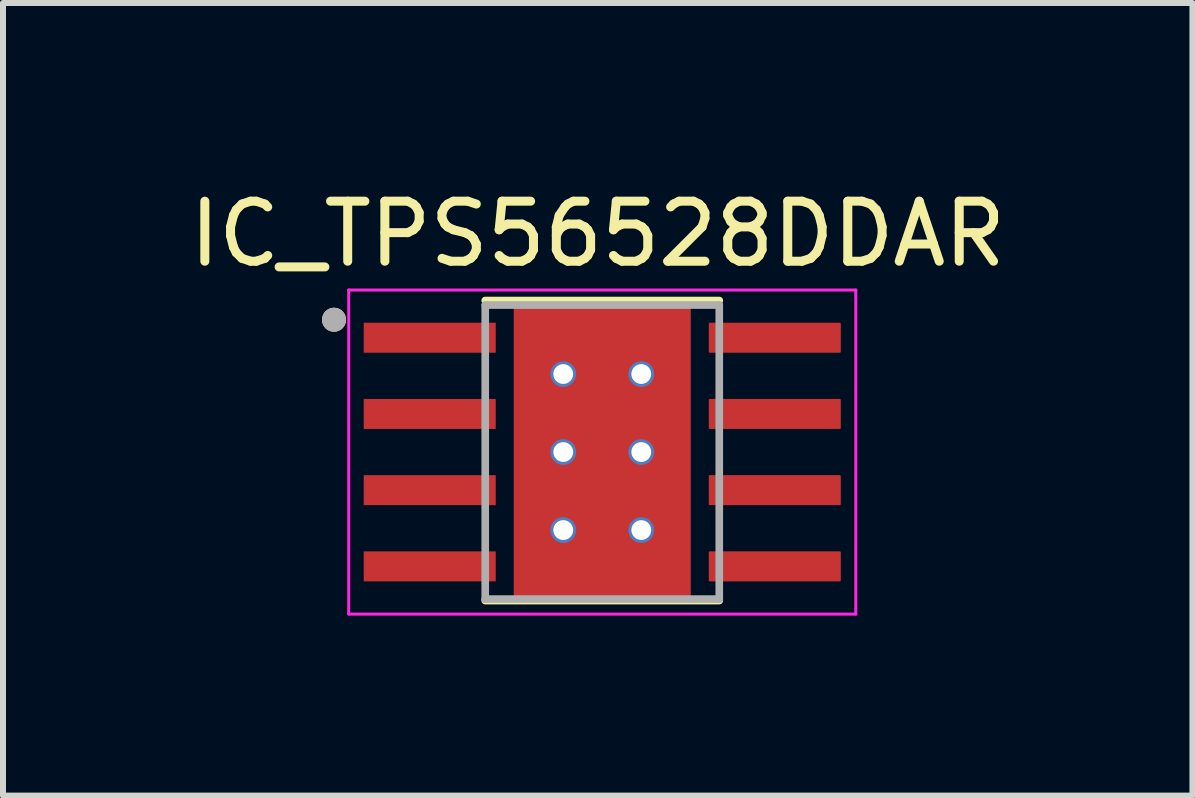
<source format=kicad_pcb>
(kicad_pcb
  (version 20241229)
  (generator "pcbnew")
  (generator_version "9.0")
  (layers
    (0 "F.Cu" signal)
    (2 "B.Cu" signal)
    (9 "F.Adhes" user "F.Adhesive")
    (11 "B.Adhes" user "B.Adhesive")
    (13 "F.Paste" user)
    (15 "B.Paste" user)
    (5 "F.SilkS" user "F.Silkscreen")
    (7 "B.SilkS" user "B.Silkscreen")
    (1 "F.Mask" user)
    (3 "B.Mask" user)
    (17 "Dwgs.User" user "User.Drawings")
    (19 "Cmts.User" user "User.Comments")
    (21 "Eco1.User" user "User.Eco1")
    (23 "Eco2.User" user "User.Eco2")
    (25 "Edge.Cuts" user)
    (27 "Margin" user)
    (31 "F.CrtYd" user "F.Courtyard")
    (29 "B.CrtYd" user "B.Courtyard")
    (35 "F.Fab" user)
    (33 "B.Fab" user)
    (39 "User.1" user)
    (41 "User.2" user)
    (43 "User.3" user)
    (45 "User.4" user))
  (footprint "IC_TPS56528DDAR"
    (layer "F.Cu")
    (at 6.986 4.483)
    (property "Reference" "IC_TPS56528DDAR" (at -0.075 -3.635 0) (layer "F.SilkS") (effects (font (size 1 1) (thickness 0.15))))
    (attr smd)
    (fp_poly (pts (xy -4.045 -2.225) (xy -1.705 -2.225) (xy -1.705 -1.585) (xy -4.045 -1.585)) (stroke (width 0.01) (type solid)) (fill yes) (layer "F.Mask"))
    (fp_poly (pts (xy -4.045 -0.955) (xy -1.705 -0.955) (xy -1.705 -0.315) (xy -4.045 -0.315)) (stroke (width 0.01) (type solid)) (fill yes) (layer "F.Mask"))
    (fp_poly (pts (xy -4.045 0.315) (xy -1.705 0.315) (xy -1.705 0.955) (xy -4.045 0.955)) (stroke (width 0.01) (type solid)) (fill yes) (layer "F.Mask"))
    (fp_poly (pts (xy -4.045 1.585) (xy -1.705 1.585) (xy -1.705 2.225) (xy -4.045 2.225)) (stroke (width 0.01) (type solid)) (fill yes) (layer "F.Mask"))
    (fp_poly (pts (xy -1.2 -1.55) (xy 1.2 -1.55) (xy 1.2 1.55) (xy -1.2 1.55)) (stroke (width 0.01) (type solid)) (fill yes) (layer "F.Mask"))
    (fp_poly (pts (xy 1.705 -2.225) (xy 4.045 -2.225) (xy 4.045 -1.585) (xy 1.705 -1.585)) (stroke (width 0.01) (type solid)) (fill yes) (layer "F.Mask"))
    (fp_poly (pts (xy 1.705 -0.955) (xy 4.045 -0.955) (xy 4.045 -0.315) (xy 1.705 -0.315)) (stroke (width 0.01) (type solid)) (fill yes) (layer "F.Mask"))
    (fp_poly (pts (xy 1.705 0.315) (xy 4.045 0.315) (xy 4.045 0.955) (xy 1.705 0.955)) (stroke (width 0.01) (type solid)) (fill yes) (layer "F.Mask"))
    (fp_poly (pts (xy 1.705 1.585) (xy 4.045 1.585) (xy 4.045 2.225) (xy 1.705 2.225)) (stroke (width 0.01) (type solid)) (fill yes) (layer "F.Mask"))
    (fp_line (start -1.95 -2.525) (end 1.95 -2.525) (stroke (width 0.127) (type solid)) (layer "F.SilkS"))
    (fp_line (start -1.95 2.475) (end 1.95 2.475) (stroke (width 0.127) (type solid)) (layer "F.SilkS"))
    (fp_circle (center -4.47 -2.205) (end -4.37 -2.205) (stroke (width 0.2) (type solid)) (fill no) (layer "F.SilkS"))
    (fp_poly (pts (xy -3.95 -2.13) (xy -1.8 -2.13) (xy -1.8 -1.68) (xy -3.95 -1.68)) (stroke (width 0.01) (type solid)) (fill yes) (layer "F.Paste"))
    (fp_poly (pts (xy -3.95 -0.86) (xy -1.8 -0.86) (xy -1.8 -0.41) (xy -3.95 -0.41)) (stroke (width 0.01) (type solid)) (fill yes) (layer "F.Paste"))
    (fp_poly (pts (xy -3.95 0.41) (xy -1.8 0.41) (xy -1.8 0.86) (xy -3.95 0.86)) (stroke (width 0.01) (type solid)) (fill yes) (layer "F.Paste"))
    (fp_poly (pts (xy -3.95 1.68) (xy -1.8 1.68) (xy -1.8 2.13) (xy -3.95 2.13)) (stroke (width 0.01) (type solid)) (fill yes) (layer "F.Paste"))
    (fp_poly (pts (xy -1.2 -1.55) (xy 1.2 -1.55) (xy 1.2 1.55) (xy -1.2 1.55)) (stroke (width 0.01) (type solid)) (fill yes) (layer "F.Paste"))
    (fp_poly (pts (xy 1.8 -2.13) (xy 3.95 -2.13) (xy 3.95 -1.68) (xy 1.8 -1.68)) (stroke (width 0.01) (type solid)) (fill yes) (layer "F.Paste"))
    (fp_poly (pts (xy 1.8 -0.86) (xy 3.95 -0.86) (xy 3.95 -0.41) (xy 1.8 -0.41)) (stroke (width 0.01) (type solid)) (fill yes) (layer "F.Paste"))
    (fp_poly (pts (xy 1.8 0.41) (xy 3.95 0.41) (xy 3.95 0.86) (xy 1.8 0.86)) (stroke (width 0.01) (type solid)) (fill yes) (layer "F.Paste"))
    (fp_poly (pts (xy 1.8 1.68) (xy 3.95 1.68) (xy 3.95 2.13) (xy 1.8 2.13)) (stroke (width 0.01) (type solid)) (fill yes) (layer "F.Paste"))
    (fp_line (start -4.225 -2.7) (end -4.225 2.7) (stroke (width 0.05) (type solid)) (layer "F.CrtYd"))
    (fp_line (start -4.225 -2.7) (end 4.225 -2.7) (stroke (width 0.05) (type solid)) (layer "F.CrtYd"))
    (fp_line (start -4.225 2.7) (end 4.225 2.7) (stroke (width 0.05) (type solid)) (layer "F.CrtYd"))
    (fp_line (start 4.225 -2.7) (end 4.225 2.7) (stroke (width 0.05) (type solid)) (layer "F.CrtYd"))
    (fp_line (start -1.95 -2.45) (end -1.95 2.45) (stroke (width 0.127) (type solid)) (layer "F.Fab"))
    (fp_line (start -1.95 -2.45) (end 1.95 -2.45) (stroke (width 0.127) (type solid)) (layer "F.Fab"))
    (fp_line (start -1.95 2.45) (end 1.95 2.45) (stroke (width 0.127) (type solid)) (layer "F.Fab"))
    (fp_line (start 1.95 -2.45) (end 1.95 2.45) (stroke (width 0.127) (type solid)) (layer "F.Fab"))
    (fp_circle (center -4.47 -2.205) (end -4.37 -2.205) (stroke (width 0.2) (type solid)) (fill no) (layer "F.Fab"))
    (pad "1" smd rect (at -2.875 -1.905) (size 2.2 0.5) (layers "F.Cu"))
    (pad "2" smd rect (at -2.875 -0.635) (size 2.2 0.5) (layers "F.Cu"))
    (pad "3" smd rect (at -2.875 0.635) (size 2.2 0.5) (layers "F.Cu"))
    (pad "4" smd rect (at -2.875 1.905) (size 2.2 0.5) (layers "F.Cu"))
    (pad "5" smd roundrect (at 2.875 1.905) (size 2.2 0.5) (layers "F.Cu") (roundrect_rratio 0.03))
    (pad "6" smd roundrect (at 2.875 0.635) (size 2.2 0.5) (layers "F.Cu") (roundrect_rratio 0.03))
    (pad "7" smd roundrect (at 2.875 -0.635) (size 2.2 0.5) (layers "F.Cu") (roundrect_rratio 0.03))
    (pad "8" smd roundrect (at 2.875 -1.905) (size 2.2 0.5) (layers "F.Cu") (roundrect_rratio 0.03))
    (pad "9" smd rect (at 0 0) (size 2.95 4.9) (layers "F.Cu"))
    (pad "10" thru_hole circle (at -0.65 -1.3) (size 0.43 0.43) (drill 0.33) (layers "*.Cu"))
    (pad "11" thru_hole circle (at 0.65 -1.3) (size 0.43 0.43) (drill 0.33) (layers "*.Cu"))
    (pad "12" thru_hole circle (at -0.65 0) (size 0.43 0.43) (drill 0.33) (layers "*.Cu"))
    (pad "13" thru_hole circle (at 0.65 0) (size 0.43 0.43) (drill 0.33) (layers "*.Cu"))
    (pad "14" thru_hole circle (at -0.65 1.3) (size 0.43 0.43) (drill 0.33) (layers "*.Cu"))
    (pad "15" thru_hole circle (at 0.65 1.3) (size 0.43 0.43) (drill 0.33) (layers "*.Cu")))
  (gr_rect
    (start -3 -3)
    (end 16.821 10.208)
    (stroke (width 0.1) (type default))
    (fill no)
    (layer "Edge.Cuts")))
</source>
